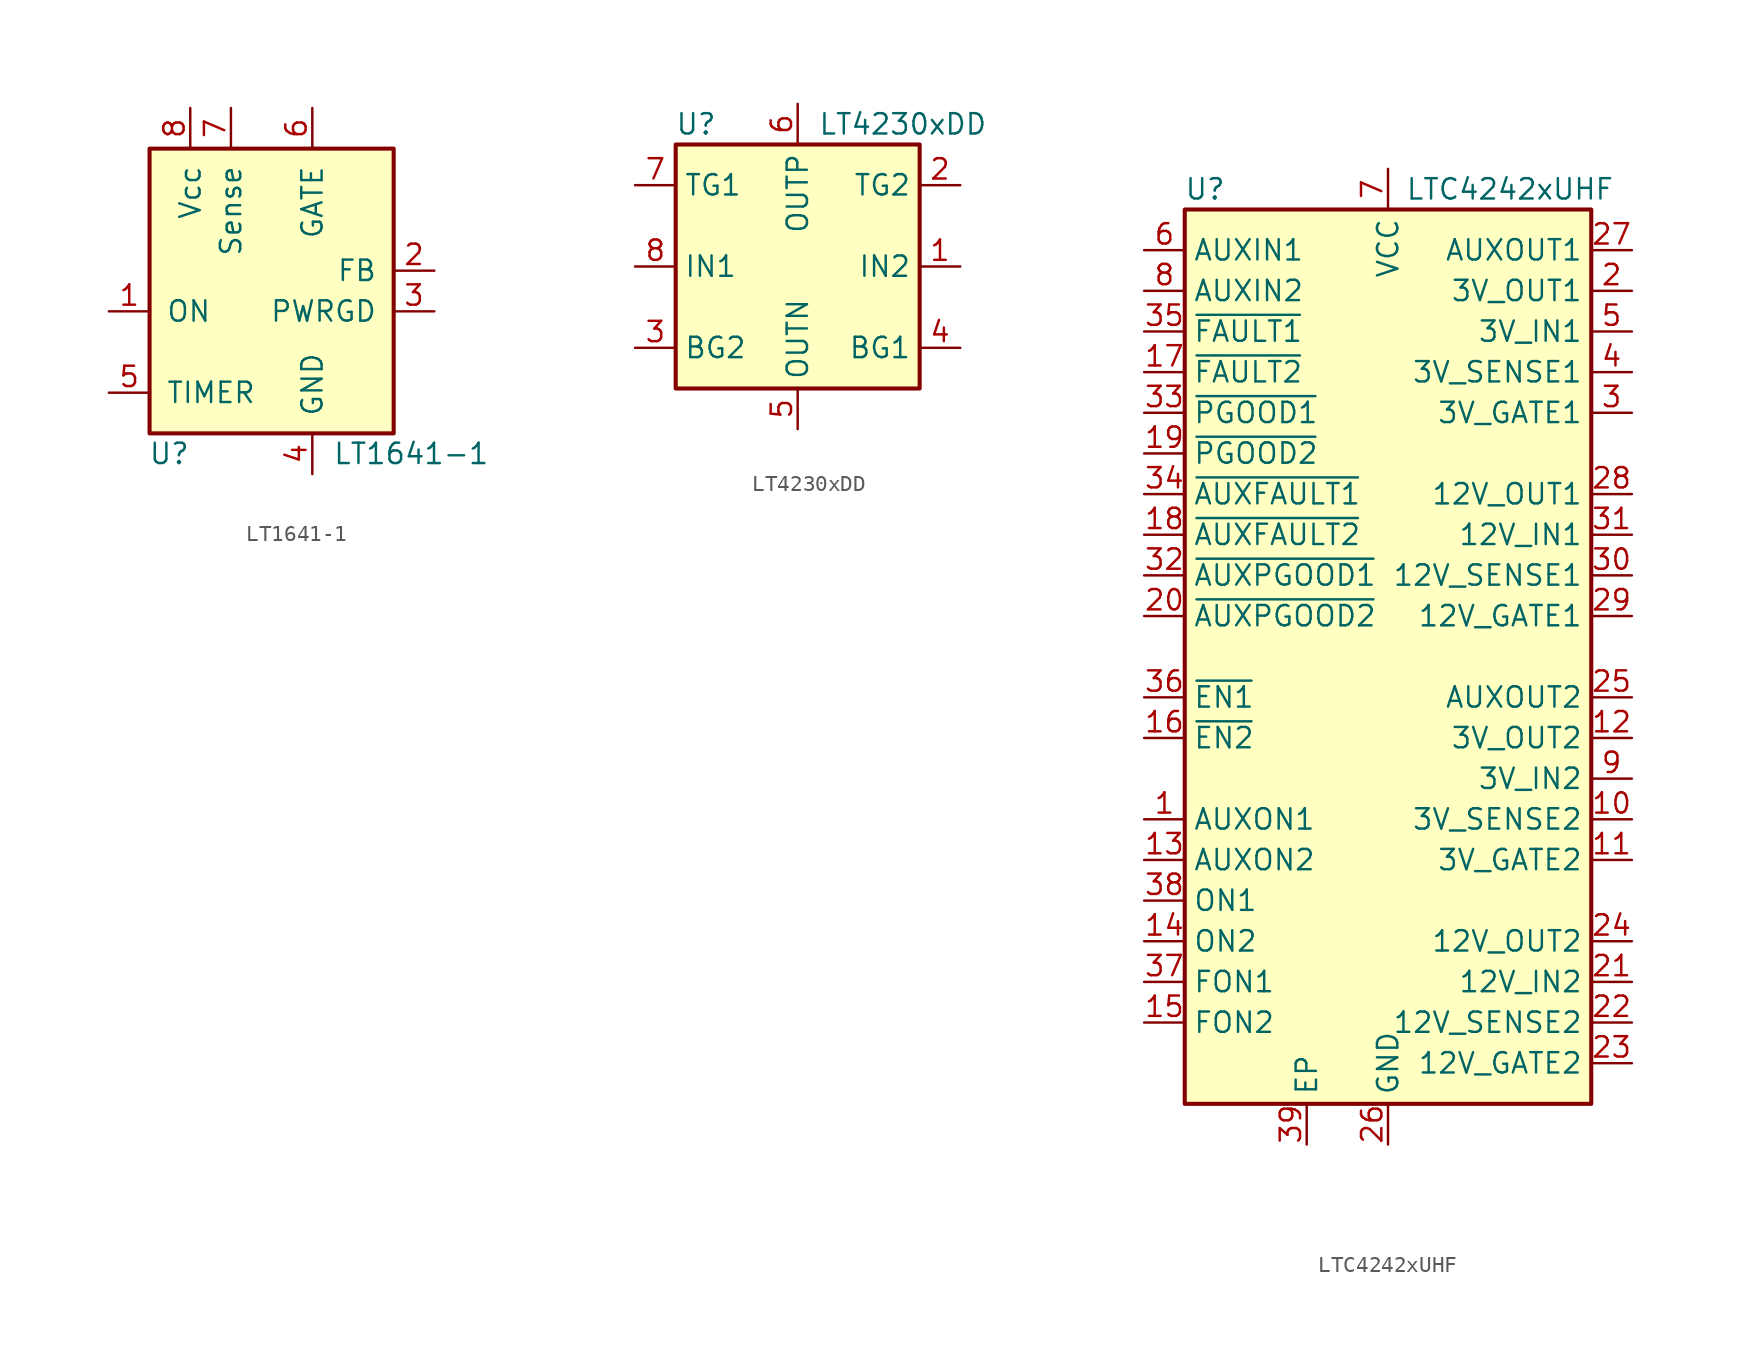
<source format=kicad_sym>
(kicad_symbol_lib
  (version 20211014)
  (generator kicad_symbol_editor)
  (symbol "LT1641-1"
    (pin_names
      (offset 1.016))
    (property "Reference" "U"
      (at -5.08 -11.43 0)
      (effects (font (size 1.27 1.27)) (justify right)))
    (property "Value" "LT1641-1"
      (at 3.81 -11.43 0)
      (effects (font (size 1.27 1.27)) (justify left)))
    (symbol "LT1641-1_0_1"
      (rectangle (start 7.62 7.62) (end -7.62 -10.16) (stroke (width 0.254) (type default) (color 0 0 0 0)) (fill (type background))))
    (symbol "LT1641-1_1_0"
      (pin power_in line (at 2.54 -12.7 90) (length 2.54) (name "GND" (effects (font (size 1.27 1.27)))) (number "4" (effects (font (size 1.27 1.27))))))
    (symbol "LT1641-1_1_1"
      (pin input line (at -10.16 -2.54 0) (length 2.54) (name "ON" (effects (font (size 1.27 1.27)))) (number "1" (effects (font (size 1.27 1.27)))))
      (pin input line (at 10.16 0 180) (length 2.54) (name "FB" (effects (font (size 1.27 1.27)))) (number "2" (effects (font (size 1.27 1.27)))))
      (pin open_collector line (at 10.16 -2.54 180) (length 2.54) (name "PWRGD" (effects (font (size 1.27 1.27)))) (number "3" (effects (font (size 1.27 1.27)))))
      (pin input line (at -10.16 -7.62 0) (length 2.54) (name "TIMER" (effects (font (size 1.27 1.27)))) (number "5" (effects (font (size 1.27 1.27)))))
      (pin output line (at 2.54 10.16 270) (length 2.54) (name "GATE" (effects (font (size 1.27 1.27)))) (number "6" (effects (font (size 1.27 1.27)))))
      (pin input line (at -2.54 10.16 270) (length 2.54) (name "Sense" (effects (font (size 1.27 1.27)))) (number "7" (effects (font (size 1.27 1.27)))))
      (pin power_in line (at -5.08 10.16 270) (length 2.54) (name "Vcc" (effects (font (size 1.27 1.27)))) (number "8" (effects (font (size 1.27 1.27)))))))
  (symbol "LT4230xDD"
    (property "Reference" "U"
      (at -6.35 8.89 0)
      (effects (font (size 1.27 1.27))))
    (property "Value" "LT4230xDD"
      (at 1.27 8.89 0)
      (effects (font (size 1.27 1.27)) (justify left)))
    (symbol "LT4230xDD_0_1"
      (rectangle (start -7.62 7.62) (end 7.62 -7.62) (stroke (width 0.254) (type default) (color 0 0 0 0)) (fill (type background))))
    (symbol "LT4230xDD_1_1"
      (pin power_in line (at 10.16 0 180) (length 2.54) (name "IN2" (effects (font (size 1.27 1.27)))) (number "1" (effects (font (size 1.27 1.27)))))
      (pin output line (at 10.16 5.08 180) (length 2.54) (name "TG2" (effects (font (size 1.27 1.27)))) (number "2" (effects (font (size 1.27 1.27)))))
      (pin output line (at -10.16 -5.08 0) (length 2.54) (name "BG2" (effects (font (size 1.27 1.27)))) (number "3" (effects (font (size 1.27 1.27)))))
      (pin output line (at 10.16 -5.08 180) (length 2.54) (name "BG1" (effects (font (size 1.27 1.27)))) (number "4" (effects (font (size 1.27 1.27)))))
      (pin power_in line (at 0 -10.16 90) (length 2.54) (name "OUTN" (effects (font (size 1.27 1.27)))) (number "5" (effects (font (size 1.27 1.27)))))
      (pin power_in line (at 0 10.16 270) (length 2.54) (name "OUTP" (effects (font (size 1.27 1.27)))) (number "6" (effects (font (size 1.27 1.27)))))
      (pin output line (at -10.16 5.08 0) (length 2.54) (name "TG1" (effects (font (size 1.27 1.27)))) (number "7" (effects (font (size 1.27 1.27)))))
      (pin power_in line (at -10.16 0 0) (length 2.54) (name "IN1" (effects (font (size 1.27 1.27)))) (number "8" (effects (font (size 1.27 1.27)))))
      (pin passive line (at 0 -10.16 90) (length 2.54) hide (name "OUTN" (effects (font (size 1.27 1.27)))) (number "9" (effects (font (size 1.27 1.27)))))))
  (symbol "LTC4242xUHF"
    (property "Reference" "U"
      (at -11.43 29.21 0)
      (effects (font (size 1.27 1.27))))
    (property "Value" "LTC4242xUHF"
      (at 7.62 29.21 0)
      (effects (font (size 1.27 1.27))))
    (symbol "LTC4242xUHF_0_1"
      (rectangle (start -12.7 27.94) (end 12.7 -27.94) (stroke (width 0.254) (type default) (color 0 0 0 0)) (fill (type background))))
    (symbol "LTC4242xUHF_1_1"
      (pin input line (at -15.24 -10.16 0) (length 2.54) (name "AUXON1" (effects (font (size 1.27 1.27)))) (number "1" (effects (font (size 1.27 1.27)))))
      (pin input line (at 15.24 -10.16 180) (length 2.54) (name "3V_SENSE2" (effects (font (size 1.27 1.27)))) (number "10" (effects (font (size 1.27 1.27)))))
      (pin output line (at 15.24 -12.7 180) (length 2.54) (name "3V_GATE2" (effects (font (size 1.27 1.27)))) (number "11" (effects (font (size 1.27 1.27)))))
      (pin open_collector line (at 15.24 -5.08 180) (length 2.54) (name "3V_OUT2" (effects (font (size 1.27 1.27)))) (number "12" (effects (font (size 1.27 1.27)))))
      (pin input line (at -15.24 -12.7 0) (length 2.54) (name "AUXON2" (effects (font (size 1.27 1.27)))) (number "13" (effects (font (size 1.27 1.27)))))
      (pin input line (at -15.24 -17.78 0) (length 2.54) (name "ON2" (effects (font (size 1.27 1.27)))) (number "14" (effects (font (size 1.27 1.27)))))
      (pin input line (at -15.24 -22.86 0) (length 2.54) (name "FON2" (effects (font (size 1.27 1.27)))) (number "15" (effects (font (size 1.27 1.27)))))
      (pin input line (at -15.24 -5.08 0) (length 2.54) (name "~{EN2}" (effects (font (size 1.27 1.27)))) (number "16" (effects (font (size 1.27 1.27)))))
      (pin open_collector line (at -15.24 17.78 0) (length 2.54) (name "~{FAULT2}" (effects (font (size 1.27 1.27)))) (number "17" (effects (font (size 1.27 1.27)))))
      (pin open_collector line (at -15.24 7.62 0) (length 2.54) (name "~{AUXFAULT2}" (effects (font (size 1.27 1.27)))) (number "18" (effects (font (size 1.27 1.27)))))
      (pin open_collector line (at -15.24 12.7 0) (length 2.54) (name "~{PGOOD2}" (effects (font (size 1.27 1.27)))) (number "19" (effects (font (size 1.27 1.27)))))
      (pin open_collector line (at 15.24 22.86 180) (length 2.54) (name "3V_OUT1" (effects (font (size 1.27 1.27)))) (number "2" (effects (font (size 1.27 1.27)))))
      (pin open_collector line (at -15.24 2.54 0) (length 2.54) (name "~{AUXPGOOD2}" (effects (font (size 1.27 1.27)))) (number "20" (effects (font (size 1.27 1.27)))))
      (pin power_in line (at 15.24 -20.32 180) (length 2.54) (name "12V_IN2" (effects (font (size 1.27 1.27)))) (number "21" (effects (font (size 1.27 1.27)))))
      (pin input line (at 15.24 -22.86 180) (length 2.54) (name "12V_SENSE2" (effects (font (size 1.27 1.27)))) (number "22" (effects (font (size 1.27 1.27)))))
      (pin output line (at 15.24 -25.4 180) (length 2.54) (name "12V_GATE2" (effects (font (size 1.27 1.27)))) (number "23" (effects (font (size 1.27 1.27)))))
      (pin open_collector line (at 15.24 -17.78 180) (length 2.54) (name "12V_OUT2" (effects (font (size 1.27 1.27)))) (number "24" (effects (font (size 1.27 1.27)))))
      (pin output line (at 15.24 -2.54 180) (length 2.54) (name "AUXOUT2" (effects (font (size 1.27 1.27)))) (number "25" (effects (font (size 1.27 1.27)))))
      (pin power_in line (at 0 -30.48 90) (length 2.54) (name "GND" (effects (font (size 1.27 1.27)))) (number "26" (effects (font (size 1.27 1.27)))))
      (pin output line (at 15.24 25.4 180) (length 2.54) (name "AUXOUT1" (effects (font (size 1.27 1.27)))) (number "27" (effects (font (size 1.27 1.27)))))
      (pin open_collector line (at 15.24 10.16 180) (length 2.54) (name "12V_OUT1" (effects (font (size 1.27 1.27)))) (number "28" (effects (font (size 1.27 1.27)))))
      (pin output line (at 15.24 2.54 180) (length 2.54) (name "12V_GATE1" (effects (font (size 1.27 1.27)))) (number "29" (effects (font (size 1.27 1.27)))))
      (pin output line (at 15.24 15.24 180) (length 2.54) (name "3V_GATE1" (effects (font (size 1.27 1.27)))) (number "3" (effects (font (size 1.27 1.27)))))
      (pin input line (at 15.24 5.08 180) (length 2.54) (name "12V_SENSE1" (effects (font (size 1.27 1.27)))) (number "30" (effects (font (size 1.27 1.27)))))
      (pin power_in line (at 15.24 7.62 180) (length 2.54) (name "12V_IN1" (effects (font (size 1.27 1.27)))) (number "31" (effects (font (size 1.27 1.27)))))
      (pin open_collector line (at -15.24 5.08 0) (length 2.54) (name "~{AUXPGOOD1}" (effects (font (size 1.27 1.27)))) (number "32" (effects (font (size 1.27 1.27)))))
      (pin open_collector line (at -15.24 15.24 0) (length 2.54) (name "~{PGOOD1}" (effects (font (size 1.27 1.27)))) (number "33" (effects (font (size 1.27 1.27)))))
      (pin open_collector line (at -15.24 10.16 0) (length 2.54) (name "~{AUXFAULT1}" (effects (font (size 1.27 1.27)))) (number "34" (effects (font (size 1.27 1.27)))))
      (pin open_collector line (at -15.24 20.32 0) (length 2.54) (name "~{FAULT1}" (effects (font (size 1.27 1.27)))) (number "35" (effects (font (size 1.27 1.27)))))
      (pin input line (at -15.24 -2.54 0) (length 2.54) (name "~{EN1}" (effects (font (size 1.27 1.27)))) (number "36" (effects (font (size 1.27 1.27)))))
      (pin input line (at -15.24 -20.32 0) (length 2.54) (name "FON1" (effects (font (size 1.27 1.27)))) (number "37" (effects (font (size 1.27 1.27)))))
      (pin input line (at -15.24 -15.24 0) (length 2.54) (name "ON1" (effects (font (size 1.27 1.27)))) (number "38" (effects (font (size 1.27 1.27)))))
      (pin power_in line (at -5.08 -30.48 90) (length 2.54) (name "EP" (effects (font (size 1.27 1.27)))) (number "39" (effects (font (size 1.27 1.27)))))
      (pin input line (at 15.24 17.78 180) (length 2.54) (name "3V_SENSE1" (effects (font (size 1.27 1.27)))) (number "4" (effects (font (size 1.27 1.27)))))
      (pin power_in line (at 15.24 20.32 180) (length 2.54) (name "3V_IN1" (effects (font (size 1.27 1.27)))) (number "5" (effects (font (size 1.27 1.27)))))
      (pin input line (at -15.24 25.4 0) (length 2.54) (name "AUXIN1" (effects (font (size 1.27 1.27)))) (number "6" (effects (font (size 1.27 1.27)))))
      (pin power_in line (at 0 30.48 270) (length 2.54) (name "VCC" (effects (font (size 1.27 1.27)))) (number "7" (effects (font (size 1.27 1.27)))))
      (pin input line (at -15.24 22.86 0) (length 2.54) (name "AUXIN2" (effects (font (size 1.27 1.27)))) (number "8" (effects (font (size 1.27 1.27)))))
      (pin power_in line (at 15.24 -7.62 180) (length 2.54) (name "3V_IN2" (effects (font (size 1.27 1.27)))) (number "9" (effects (font (size 1.27 1.27))))))))
</source>
